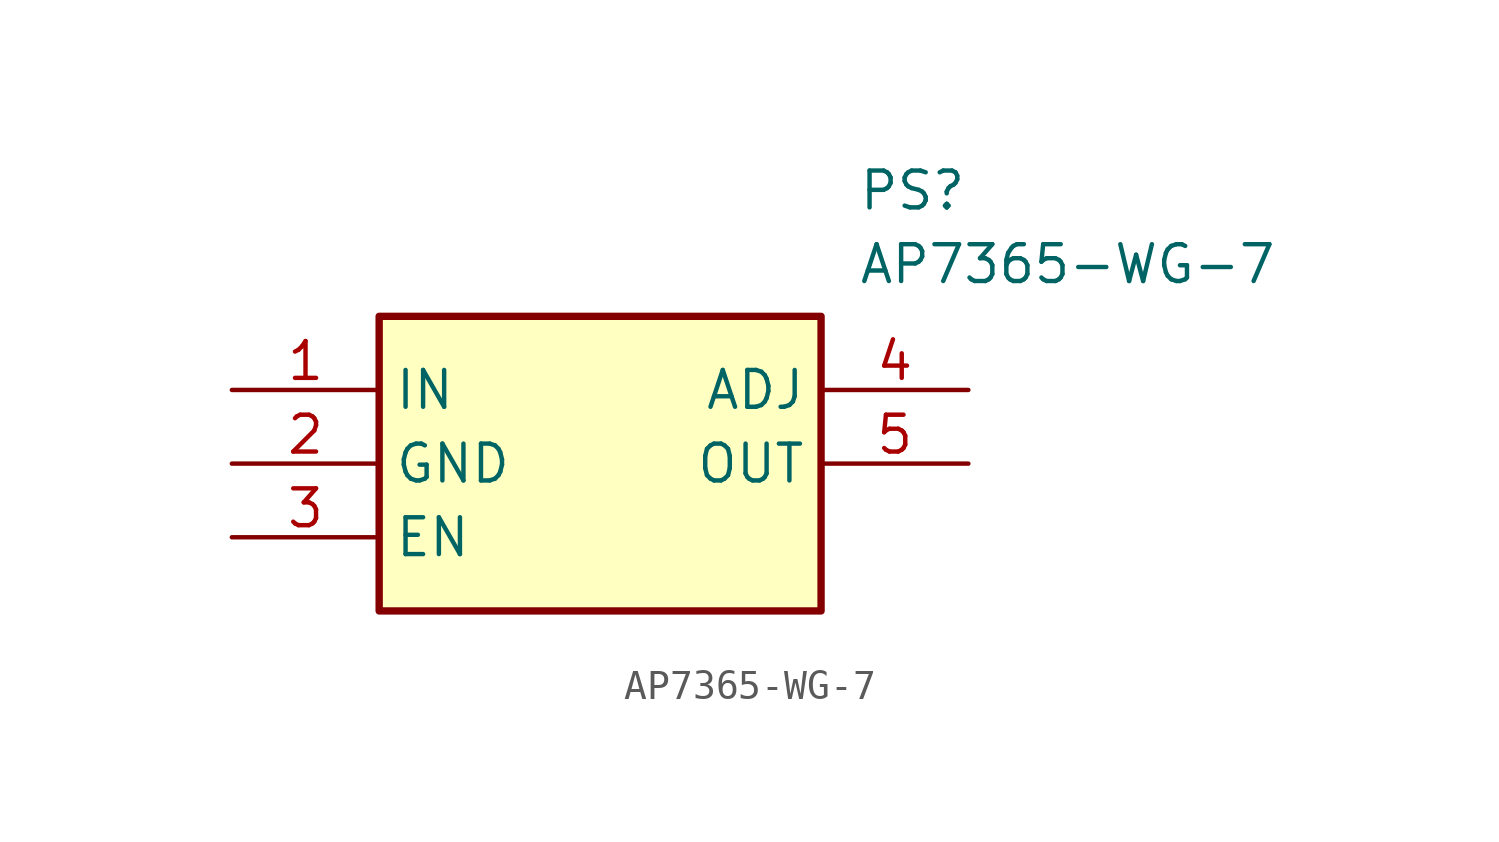
<source format=kicad_sym>
(kicad_symbol_lib
  (version 20241209)
  (generator "kicad_symbol_editor")
  (generator_version "9.0")
  (symbol "AP7365-WG-7"
    (property "Reference" "PS"
      (at 21.59 7.62 0)
      (effects (font (size 1.27 1.27)) (justify left top)))
    (property "Value" "AP7365-WG-7"
      (at 21.59 5.08 0)
      (effects (font (size 1.27 1.27)) (justify left top)))
    (symbol "AP7365-WG-7_1_1"
      (rectangle (start 5.08 2.54) (end 20.32 -7.62) (stroke (width 0.254) (type default)) (fill (type background)))
      (pin power_in line (at 0 0 0) (length 5.08) (name "IN" (effects (font (size 1.27 1.27)))) (number "1" (effects (font (size 1.27 1.27)))))
      (pin power_in line (at 0 -2.54 0) (length 5.08) (name "GND" (effects (font (size 1.27 1.27)))) (number "2" (effects (font (size 1.27 1.27)))))
      (pin input line (at 0 -5.08 0) (length 5.08) (name "EN" (effects (font (size 1.27 1.27)))) (number "3" (effects (font (size 1.27 1.27)))))
      (pin output line (at 25.4 0 180) (length 5.08) (name "ADJ" (effects (font (size 1.27 1.27)))) (number "4" (effects (font (size 1.27 1.27)))))
      (pin power_in line (at 25.4 -2.54 180) (length 5.08) (name "OUT" (effects (font (size 1.27 1.27)))) (number "5" (effects (font (size 1.27 1.27))))))))
</source>
